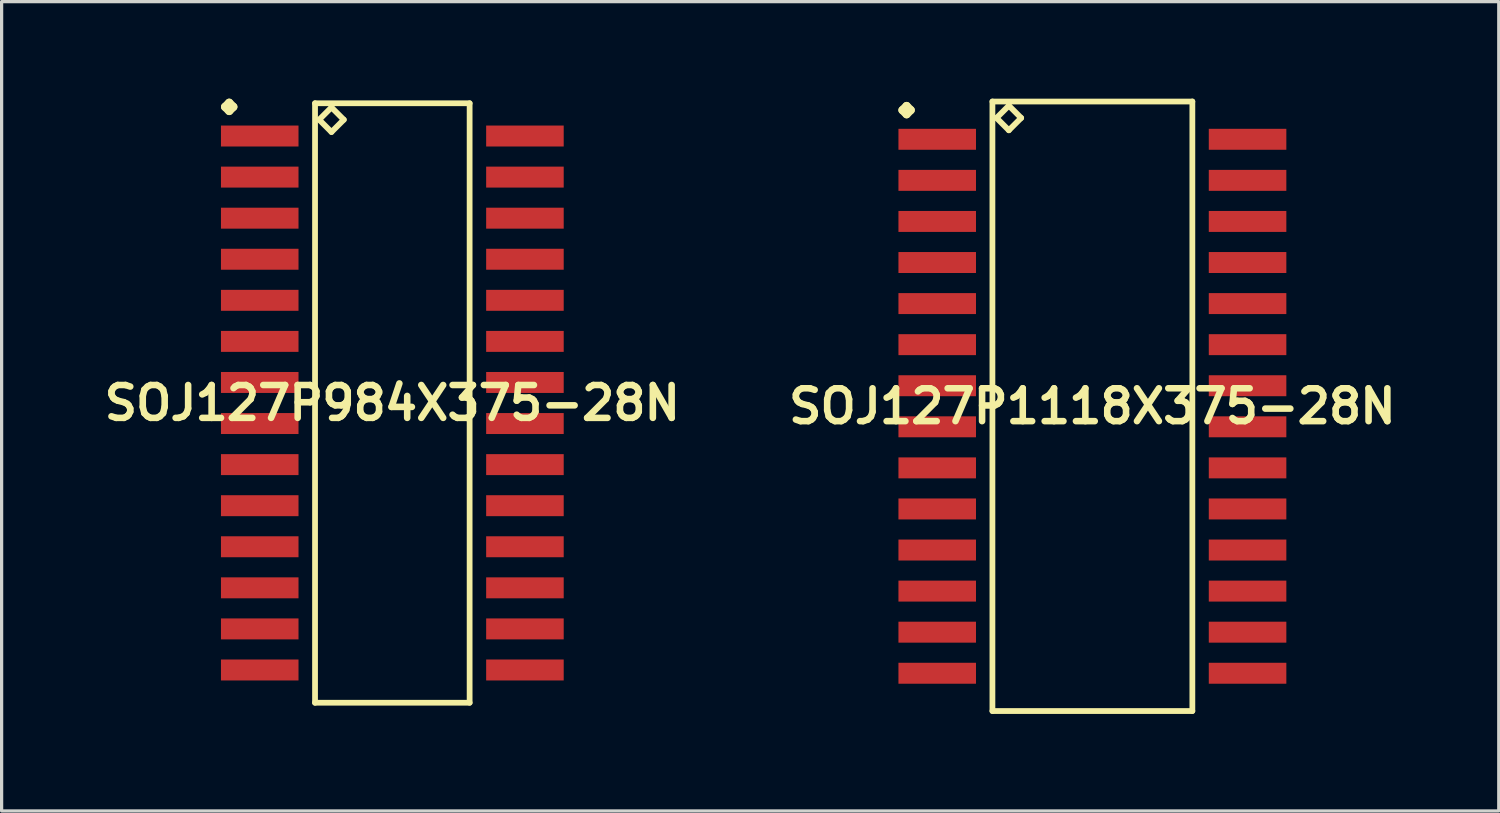
<source format=kicad_pcb>
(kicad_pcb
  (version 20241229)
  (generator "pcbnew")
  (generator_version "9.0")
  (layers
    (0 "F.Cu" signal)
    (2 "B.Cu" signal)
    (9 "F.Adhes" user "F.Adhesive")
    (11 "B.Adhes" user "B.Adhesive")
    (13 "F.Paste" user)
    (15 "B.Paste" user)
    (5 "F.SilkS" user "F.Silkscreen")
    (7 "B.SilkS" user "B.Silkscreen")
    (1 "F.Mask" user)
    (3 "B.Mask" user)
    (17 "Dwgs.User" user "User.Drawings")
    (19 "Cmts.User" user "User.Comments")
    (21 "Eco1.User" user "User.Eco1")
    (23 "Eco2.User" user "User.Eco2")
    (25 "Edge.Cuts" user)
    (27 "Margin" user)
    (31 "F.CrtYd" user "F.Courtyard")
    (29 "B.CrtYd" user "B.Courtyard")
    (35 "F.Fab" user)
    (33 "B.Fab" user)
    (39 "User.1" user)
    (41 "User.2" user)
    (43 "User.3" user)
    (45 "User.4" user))
  (footprint "SOJ127P984X375-28N"
    (layer "F.Cu")
    (at 9.081 9.411)
    (property "Reference" "SOJ127P984X375-28N" (at 0 0 0) (layer "F.SilkS") (effects (font (size 1.016 1.016) (thickness 0.203))))
    (attr smd)
    (fp_line (start -5.171 -9.157) (end -5.044 -9.284) (stroke (width 0.254) (type solid)) (layer "F.SilkS"))
    (fp_line (start -5.044 -9.284) (end -4.917 -9.157) (stroke (width 0.254) (type solid)) (layer "F.SilkS"))
    (fp_line (start -5.044 -9.03) (end -5.171 -9.157) (stroke (width 0.254) (type solid)) (layer "F.SilkS"))
    (fp_line (start -4.917 -9.157) (end -5.044 -9.03) (stroke (width 0.254) (type solid)) (layer "F.SilkS"))
    (fp_line (start -2.39 -9.268) (end -2.39 9.268) (stroke (width 0.178) (type solid)) (layer "F.SilkS"))
    (fp_line (start -2.39 9.268) (end 2.39 9.268) (stroke (width 0.178) (type solid)) (layer "F.SilkS"))
    (fp_line (start -2.263 -8.76) (end -1.882 -9.141) (stroke (width 0.178) (type solid)) (layer "F.SilkS"))
    (fp_line (start -1.882 -9.141) (end -1.501 -8.76) (stroke (width 0.178) (type solid)) (layer "F.SilkS"))
    (fp_line (start -1.882 -8.379) (end -2.263 -8.76) (stroke (width 0.178) (type solid)) (layer "F.SilkS"))
    (fp_line (start -1.501 -8.76) (end -1.882 -8.379) (stroke (width 0.178) (type solid)) (layer "F.SilkS"))
    (fp_line (start 2.39 -9.268) (end -2.39 -9.268) (stroke (width 0.178) (type solid)) (layer "F.SilkS"))
    (fp_line (start 2.39 9.268) (end 2.39 -9.268) (stroke (width 0.178) (type solid)) (layer "F.SilkS"))
    (pad "1" smd rect (at -4.1 -8.255) (size 2.398 0.648) (layers "F.Cu" "F.Mask" "F.Paste"))
    (pad "2" smd rect (at -4.1 -6.985) (size 2.398 0.648) (layers "F.Cu" "F.Mask" "F.Paste"))
    (pad "3" smd rect (at -4.1 -5.715) (size 2.398 0.648) (layers "F.Cu" "F.Mask" "F.Paste"))
    (pad "4" smd rect (at -4.1 -4.445) (size 2.398 0.648) (layers "F.Cu" "F.Mask" "F.Paste"))
    (pad "5" smd rect (at -4.1 -3.175) (size 2.398 0.648) (layers "F.Cu" "F.Mask" "F.Paste"))
    (pad "6" smd rect (at -4.1 -1.905) (size 2.398 0.648) (layers "F.Cu" "F.Mask" "F.Paste"))
    (pad "7" smd rect (at -4.1 -0.635) (size 2.398 0.648) (layers "F.Cu" "F.Mask" "F.Paste"))
    (pad "8" smd rect (at -4.1 0.635) (size 2.398 0.648) (layers "F.Cu" "F.Mask" "F.Paste"))
    (pad "9" smd rect (at -4.1 1.905) (size 2.398 0.648) (layers "F.Cu" "F.Mask" "F.Paste"))
    (pad "10" smd rect (at -4.1 3.175) (size 2.398 0.648) (layers "F.Cu" "F.Mask" "F.Paste"))
    (pad "11" smd rect (at -4.1 4.445) (size 2.398 0.648) (layers "F.Cu" "F.Mask" "F.Paste"))
    (pad "12" smd rect (at -4.1 5.715) (size 2.398 0.648) (layers "F.Cu" "F.Mask" "F.Paste"))
    (pad "13" smd rect (at -4.1 6.985) (size 2.398 0.648) (layers "F.Cu" "F.Mask" "F.Paste"))
    (pad "14" smd rect (at -4.1 8.255) (size 2.398 0.648) (layers "F.Cu" "F.Mask" "F.Paste"))
    (pad "15" smd rect (at 4.1 8.255) (size 2.398 0.648) (layers "F.Cu" "F.Mask" "F.Paste"))
    (pad "16" smd rect (at 4.1 6.985) (size 2.398 0.648) (layers "F.Cu" "F.Mask" "F.Paste"))
    (pad "17" smd rect (at 4.1 5.715) (size 2.398 0.648) (layers "F.Cu" "F.Mask" "F.Paste"))
    (pad "18" smd rect (at 4.1 4.445) (size 2.398 0.648) (layers "F.Cu" "F.Mask" "F.Paste"))
    (pad "19" smd rect (at 4.1 3.175) (size 2.398 0.648) (layers "F.Cu" "F.Mask" "F.Paste"))
    (pad "20" smd rect (at 4.1 1.905) (size 2.398 0.648) (layers "F.Cu" "F.Mask" "F.Paste"))
    (pad "21" smd rect (at 4.1 0.635) (size 2.398 0.648) (layers "F.Cu" "F.Mask" "F.Paste"))
    (pad "22" smd rect (at 4.1 -0.635) (size 2.398 0.648) (layers "F.Cu" "F.Mask" "F.Paste"))
    (pad "23" smd rect (at 4.1 -1.905) (size 2.398 0.648) (layers "F.Cu" "F.Mask" "F.Paste"))
    (pad "24" smd rect (at 4.1 -3.175) (size 2.398 0.648) (layers "F.Cu" "F.Mask" "F.Paste"))
    (pad "25" smd rect (at 4.1 -4.445) (size 2.398 0.648) (layers "F.Cu" "F.Mask" "F.Paste"))
    (pad "26" smd rect (at 4.1 -5.715) (size 2.398 0.648) (layers "F.Cu" "F.Mask" "F.Paste"))
    (pad "27" smd rect (at 4.1 -6.985) (size 2.398 0.648) (layers "F.Cu" "F.Mask" "F.Paste"))
    (pad "28" smd rect (at 4.1 -8.255) (size 2.398 0.648) (layers "F.Cu" "F.Mask" "F.Paste")))
  (footprint "SOJ127P1118X375-28N"
    (layer "F.Cu")
    (at 30.727 9.512)
    (property "Reference" "SOJ127P1118X375-28N" (at 0 0 0) (layer "F.SilkS") (effects (font (size 1.016 1.016) (thickness 0.203))))
    (attr smd)
    (fp_line (start -5.872 -9.157) (end -5.745 -9.284) (stroke (width 0.254) (type solid)) (layer "F.SilkS"))
    (fp_line (start -5.745 -9.284) (end -5.618 -9.157) (stroke (width 0.254) (type solid)) (layer "F.SilkS"))
    (fp_line (start -5.745 -9.03) (end -5.872 -9.157) (stroke (width 0.254) (type solid)) (layer "F.SilkS"))
    (fp_line (start -5.618 -9.157) (end -5.745 -9.03) (stroke (width 0.254) (type solid)) (layer "F.SilkS"))
    (fp_line (start -3.091 -9.423) (end -3.091 9.423) (stroke (width 0.178) (type solid)) (layer "F.SilkS"))
    (fp_line (start -3.091 9.423) (end 3.091 9.423) (stroke (width 0.178) (type solid)) (layer "F.SilkS"))
    (fp_line (start -2.964 -8.915) (end -2.583 -9.296) (stroke (width 0.178) (type solid)) (layer "F.SilkS"))
    (fp_line (start -2.583 -9.296) (end -2.202 -8.915) (stroke (width 0.178) (type solid)) (layer "F.SilkS"))
    (fp_line (start -2.583 -8.534) (end -2.964 -8.915) (stroke (width 0.178) (type solid)) (layer "F.SilkS"))
    (fp_line (start -2.202 -8.915) (end -2.583 -8.534) (stroke (width 0.178) (type solid)) (layer "F.SilkS"))
    (fp_line (start 3.091 -9.423) (end -3.091 -9.423) (stroke (width 0.178) (type solid)) (layer "F.SilkS"))
    (fp_line (start 3.091 9.423) (end 3.091 -9.423) (stroke (width 0.178) (type solid)) (layer "F.SilkS"))
    (pad "1" smd rect (at -4.798 -8.255) (size 2.398 0.648) (layers "F.Cu" "F.Mask" "F.Paste"))
    (pad "2" smd rect (at -4.798 -6.985) (size 2.398 0.648) (layers "F.Cu" "F.Mask" "F.Paste"))
    (pad "3" smd rect (at -4.798 -5.715) (size 2.398 0.648) (layers "F.Cu" "F.Mask" "F.Paste"))
    (pad "4" smd rect (at -4.798 -4.445) (size 2.398 0.648) (layers "F.Cu" "F.Mask" "F.Paste"))
    (pad "5" smd rect (at -4.798 -3.175) (size 2.398 0.648) (layers "F.Cu" "F.Mask" "F.Paste"))
    (pad "6" smd rect (at -4.798 -1.905) (size 2.398 0.648) (layers "F.Cu" "F.Mask" "F.Paste"))
    (pad "7" smd rect (at -4.798 -0.635) (size 2.398 0.648) (layers "F.Cu" "F.Mask" "F.Paste"))
    (pad "8" smd rect (at -4.798 0.635) (size 2.398 0.648) (layers "F.Cu" "F.Mask" "F.Paste"))
    (pad "9" smd rect (at -4.798 1.905) (size 2.398 0.648) (layers "F.Cu" "F.Mask" "F.Paste"))
    (pad "10" smd rect (at -4.798 3.175) (size 2.398 0.648) (layers "F.Cu" "F.Mask" "F.Paste"))
    (pad "11" smd rect (at -4.798 4.445) (size 2.398 0.648) (layers "F.Cu" "F.Mask" "F.Paste"))
    (pad "12" smd rect (at -4.798 5.715) (size 2.398 0.648) (layers "F.Cu" "F.Mask" "F.Paste"))
    (pad "13" smd rect (at -4.798 6.985) (size 2.398 0.648) (layers "F.Cu" "F.Mask" "F.Paste"))
    (pad "14" smd rect (at -4.798 8.255) (size 2.398 0.648) (layers "F.Cu" "F.Mask" "F.Paste"))
    (pad "15" smd rect (at 4.798 8.255) (size 2.398 0.648) (layers "F.Cu" "F.Mask" "F.Paste"))
    (pad "16" smd rect (at 4.798 6.985) (size 2.398 0.648) (layers "F.Cu" "F.Mask" "F.Paste"))
    (pad "17" smd rect (at 4.798 5.715) (size 2.398 0.648) (layers "F.Cu" "F.Mask" "F.Paste"))
    (pad "18" smd rect (at 4.798 4.445) (size 2.398 0.648) (layers "F.Cu" "F.Mask" "F.Paste"))
    (pad "19" smd rect (at 4.798 3.175) (size 2.398 0.648) (layers "F.Cu" "F.Mask" "F.Paste"))
    (pad "20" smd rect (at 4.798 1.905) (size 2.398 0.648) (layers "F.Cu" "F.Mask" "F.Paste"))
    (pad "21" smd rect (at 4.798 0.635) (size 2.398 0.648) (layers "F.Cu" "F.Mask" "F.Paste"))
    (pad "22" smd rect (at 4.798 -0.635) (size 2.398 0.648) (layers "F.Cu" "F.Mask" "F.Paste"))
    (pad "23" smd rect (at 4.798 -1.905) (size 2.398 0.648) (layers "F.Cu" "F.Mask" "F.Paste"))
    (pad "24" smd rect (at 4.798 -3.175) (size 2.398 0.648) (layers "F.Cu" "F.Mask" "F.Paste"))
    (pad "25" smd rect (at 4.798 -4.445) (size 2.398 0.648) (layers "F.Cu" "F.Mask" "F.Paste"))
    (pad "26" smd rect (at 4.798 -5.715) (size 2.398 0.648) (layers "F.Cu" "F.Mask" "F.Paste"))
    (pad "27" smd rect (at 4.798 -6.985) (size 2.398 0.648) (layers "F.Cu" "F.Mask" "F.Paste"))
    (pad "28" smd rect (at 4.798 -8.255) (size 2.398 0.648) (layers "F.Cu" "F.Mask" "F.Paste")))
  (gr_rect
    (start -3 -3)
    (end 43.292 22.025)
    (stroke (width 0.1) (type default))
    (fill no)
    (layer "Edge.Cuts")))
</source>
